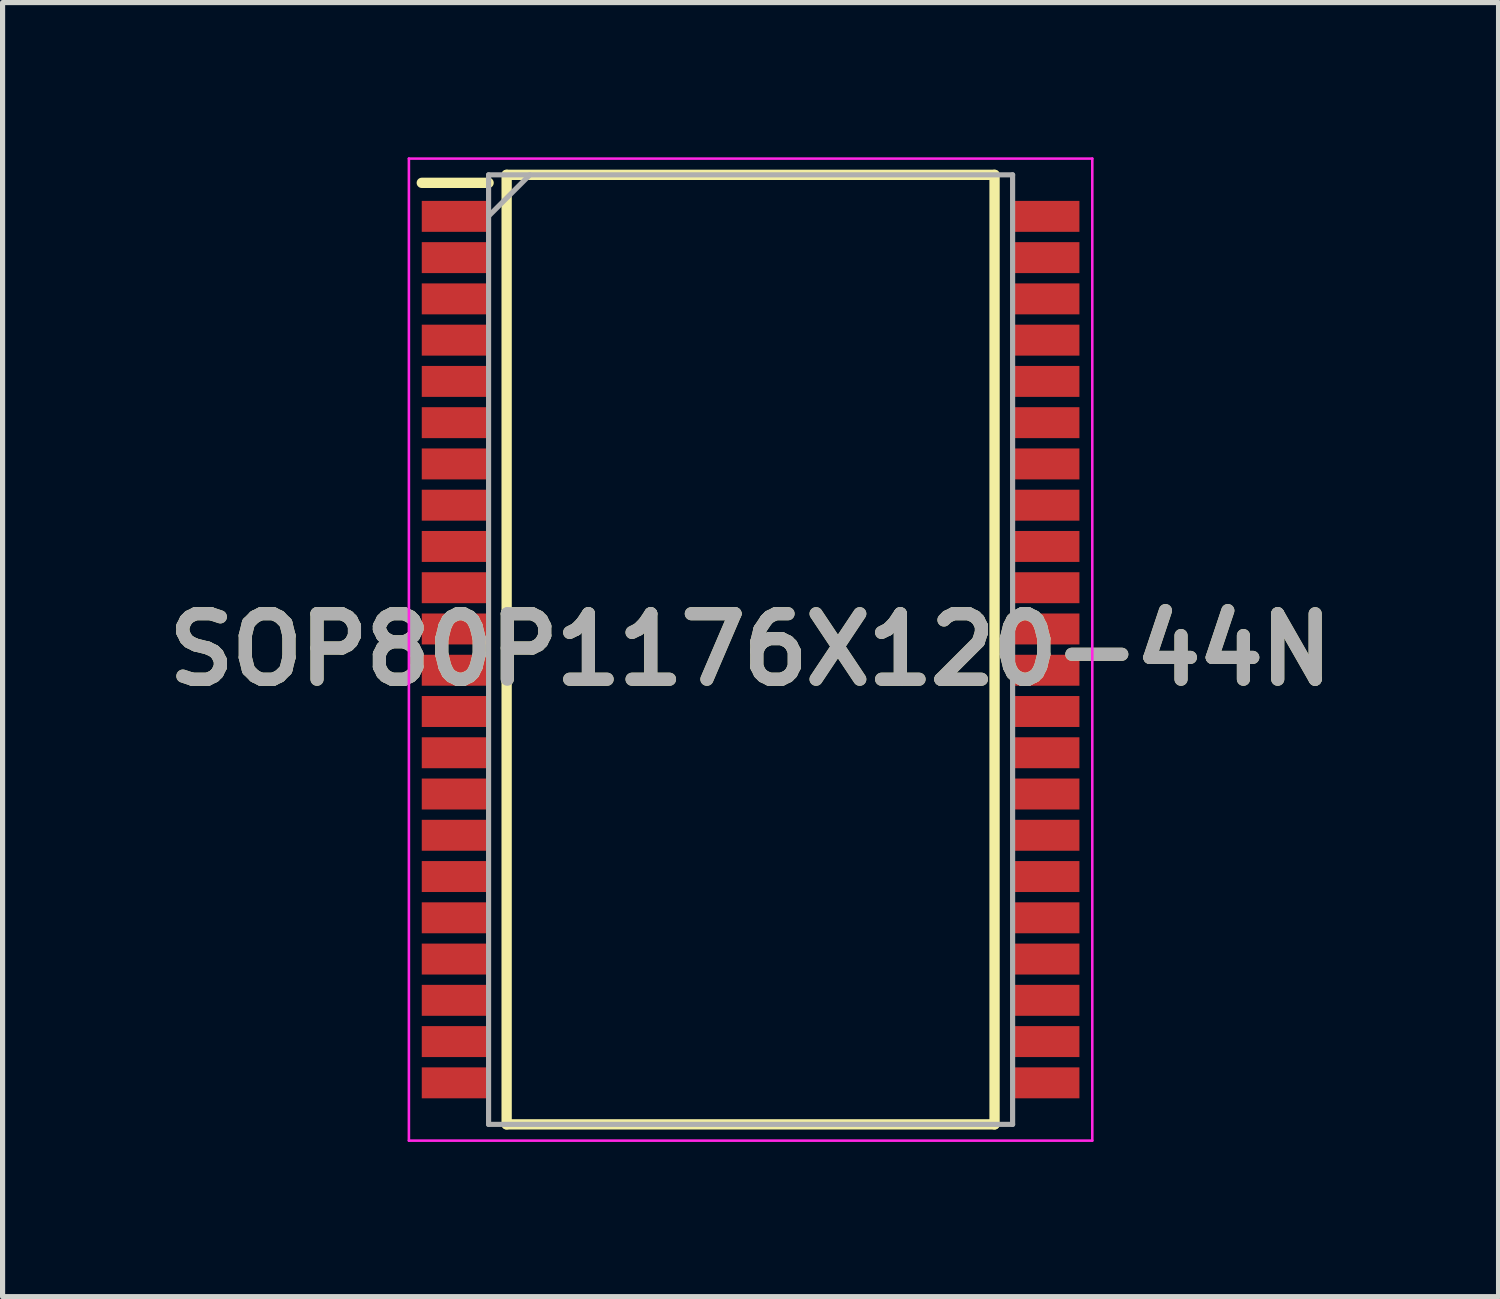
<source format=kicad_pcb>
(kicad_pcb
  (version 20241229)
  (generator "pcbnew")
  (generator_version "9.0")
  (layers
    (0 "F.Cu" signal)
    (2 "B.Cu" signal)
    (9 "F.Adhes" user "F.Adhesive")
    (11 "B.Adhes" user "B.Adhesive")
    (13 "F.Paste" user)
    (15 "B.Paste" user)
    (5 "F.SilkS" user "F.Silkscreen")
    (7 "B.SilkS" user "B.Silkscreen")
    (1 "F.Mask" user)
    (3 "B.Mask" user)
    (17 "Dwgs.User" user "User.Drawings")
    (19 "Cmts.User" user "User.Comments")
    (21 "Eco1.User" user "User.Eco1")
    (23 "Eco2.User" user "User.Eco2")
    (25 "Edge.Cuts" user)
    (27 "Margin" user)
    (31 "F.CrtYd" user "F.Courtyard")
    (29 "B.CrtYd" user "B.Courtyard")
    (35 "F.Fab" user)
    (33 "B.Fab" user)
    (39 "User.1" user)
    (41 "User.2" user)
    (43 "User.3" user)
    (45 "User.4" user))
  (footprint "SOP80P1176X120-44N"
    (layer "F.Cu")
    (at 11.503 9.545)
    (property "Reference" "SOP80P1176X120-44N" (at 0 0 0) (layer "F.SilkS") (effects (font (size 1.27 1.27) (thickness 0.254))))
    (attr smd)
    (fp_line (start -6.375 -9.05) (end -5.08 -9.05) (stroke (width 0.2) (type solid)) (layer "F.SilkS"))
    (fp_line (start -4.73 -9.205) (end 4.73 -9.205) (stroke (width 0.2) (type solid)) (layer "F.SilkS"))
    (fp_line (start -4.73 9.205) (end -4.73 -9.205) (stroke (width 0.2) (type solid)) (layer "F.SilkS"))
    (fp_line (start 4.73 -9.205) (end 4.73 9.205) (stroke (width 0.2) (type solid)) (layer "F.SilkS"))
    (fp_line (start 4.73 9.205) (end -4.73 9.205) (stroke (width 0.2) (type solid)) (layer "F.SilkS"))
    (fp_line (start -6.625 -9.52) (end 6.625 -9.52) (stroke (width 0.05) (type solid)) (layer "F.CrtYd"))
    (fp_line (start -6.625 9.52) (end -6.625 -9.52) (stroke (width 0.05) (type solid)) (layer "F.CrtYd"))
    (fp_line (start 6.625 -9.52) (end 6.625 9.52) (stroke (width 0.05) (type solid)) (layer "F.CrtYd"))
    (fp_line (start 6.625 9.52) (end -6.625 9.52) (stroke (width 0.05) (type solid)) (layer "F.CrtYd"))
    (fp_line (start -5.08 -9.205) (end 5.08 -9.205) (stroke (width 0.1) (type solid)) (layer "F.Fab"))
    (fp_line (start -5.08 -8.405) (end -4.28 -9.205) (stroke (width 0.1) (type solid)) (layer "F.Fab"))
    (fp_line (start -5.08 9.205) (end -5.08 -9.205) (stroke (width 0.1) (type solid)) (layer "F.Fab"))
    (fp_line (start 5.08 -9.205) (end 5.08 9.205) (stroke (width 0.1) (type solid)) (layer "F.Fab"))
    (fp_line (start 5.08 9.205) (end -5.08 9.205) (stroke (width 0.1) (type solid)) (layer "F.Fab"))
    (fp_text user "${REFERENCE}" (at 0 0 0) (layer "F.Fab") (effects (font (size 1.27 1.27) (thickness 0.254))))
    (pad "1" smd rect (at -5.728 -8.4 90) (size 0.6 1.295) (layers "F.Cu" "F.Mask" "F.Paste"))
    (pad "2" smd rect (at -5.728 -7.6 90) (size 0.6 1.295) (layers "F.Cu" "F.Mask" "F.Paste"))
    (pad "3" smd rect (at -5.728 -6.8 90) (size 0.6 1.295) (layers "F.Cu" "F.Mask" "F.Paste"))
    (pad "4" smd rect (at -5.728 -6 90) (size 0.6 1.295) (layers "F.Cu" "F.Mask" "F.Paste"))
    (pad "5" smd rect (at -5.728 -5.2 90) (size 0.6 1.295) (layers "F.Cu" "F.Mask" "F.Paste"))
    (pad "6" smd rect (at -5.728 -4.4 90) (size 0.6 1.295) (layers "F.Cu" "F.Mask" "F.Paste"))
    (pad "7" smd rect (at -5.728 -3.6 90) (size 0.6 1.295) (layers "F.Cu" "F.Mask" "F.Paste"))
    (pad "8" smd rect (at -5.728 -2.8 90) (size 0.6 1.295) (layers "F.Cu" "F.Mask" "F.Paste"))
    (pad "9" smd rect (at -5.728 -2 90) (size 0.6 1.295) (layers "F.Cu" "F.Mask" "F.Paste"))
    (pad "10" smd rect (at -5.728 -1.2 90) (size 0.6 1.295) (layers "F.Cu" "F.Mask" "F.Paste"))
    (pad "11" smd rect (at -5.728 -0.4 90) (size 0.6 1.295) (layers "F.Cu" "F.Mask" "F.Paste"))
    (pad "12" smd rect (at -5.728 0.4 90) (size 0.6 1.295) (layers "F.Cu" "F.Mask" "F.Paste"))
    (pad "13" smd rect (at -5.728 1.2 90) (size 0.6 1.295) (layers "F.Cu" "F.Mask" "F.Paste"))
    (pad "14" smd rect (at -5.728 2 90) (size 0.6 1.295) (layers "F.Cu" "F.Mask" "F.Paste"))
    (pad "15" smd rect (at -5.728 2.8 90) (size 0.6 1.295) (layers "F.Cu" "F.Mask" "F.Paste"))
    (pad "16" smd rect (at -5.728 3.6 90) (size 0.6 1.295) (layers "F.Cu" "F.Mask" "F.Paste"))
    (pad "17" smd rect (at -5.728 4.4 90) (size 0.6 1.295) (layers "F.Cu" "F.Mask" "F.Paste"))
    (pad "18" smd rect (at -5.728 5.2 90) (size 0.6 1.295) (layers "F.Cu" "F.Mask" "F.Paste"))
    (pad "19" smd rect (at -5.728 6 90) (size 0.6 1.295) (layers "F.Cu" "F.Mask" "F.Paste"))
    (pad "20" smd rect (at -5.728 6.8 90) (size 0.6 1.295) (layers "F.Cu" "F.Mask" "F.Paste"))
    (pad "21" smd rect (at -5.728 7.6 90) (size 0.6 1.295) (layers "F.Cu" "F.Mask" "F.Paste"))
    (pad "22" smd rect (at -5.728 8.4 90) (size 0.6 1.295) (layers "F.Cu" "F.Mask" "F.Paste"))
    (pad "23" smd rect (at 5.728 8.4 90) (size 0.6 1.295) (layers "F.Cu" "F.Mask" "F.Paste"))
    (pad "24" smd rect (at 5.728 7.6 90) (size 0.6 1.295) (layers "F.Cu" "F.Mask" "F.Paste"))
    (pad "25" smd rect (at 5.728 6.8 90) (size 0.6 1.295) (layers "F.Cu" "F.Mask" "F.Paste"))
    (pad "26" smd rect (at 5.728 6 90) (size 0.6 1.295) (layers "F.Cu" "F.Mask" "F.Paste"))
    (pad "27" smd rect (at 5.728 5.2 90) (size 0.6 1.295) (layers "F.Cu" "F.Mask" "F.Paste"))
    (pad "28" smd rect (at 5.728 4.4 90) (size 0.6 1.295) (layers "F.Cu" "F.Mask" "F.Paste"))
    (pad "29" smd rect (at 5.728 3.6 90) (size 0.6 1.295) (layers "F.Cu" "F.Mask" "F.Paste"))
    (pad "30" smd rect (at 5.728 2.8 90) (size 0.6 1.295) (layers "F.Cu" "F.Mask" "F.Paste"))
    (pad "31" smd rect (at 5.728 2 90) (size 0.6 1.295) (layers "F.Cu" "F.Mask" "F.Paste"))
    (pad "32" smd rect (at 5.728 1.2 90) (size 0.6 1.295) (layers "F.Cu" "F.Mask" "F.Paste"))
    (pad "33" smd rect (at 5.728 0.4 90) (size 0.6 1.295) (layers "F.Cu" "F.Mask" "F.Paste"))
    (pad "34" smd rect (at 5.728 -0.4 90) (size 0.6 1.295) (layers "F.Cu" "F.Mask" "F.Paste"))
    (pad "35" smd rect (at 5.728 -1.2 90) (size 0.6 1.295) (layers "F.Cu" "F.Mask" "F.Paste"))
    (pad "36" smd rect (at 5.728 -2 90) (size 0.6 1.295) (layers "F.Cu" "F.Mask" "F.Paste"))
    (pad "37" smd rect (at 5.728 -2.8 90) (size 0.6 1.295) (layers "F.Cu" "F.Mask" "F.Paste"))
    (pad "38" smd rect (at 5.728 -3.6 90) (size 0.6 1.295) (layers "F.Cu" "F.Mask" "F.Paste"))
    (pad "39" smd rect (at 5.728 -4.4 90) (size 0.6 1.295) (layers "F.Cu" "F.Mask" "F.Paste"))
    (pad "40" smd rect (at 5.728 -5.2 90) (size 0.6 1.295) (layers "F.Cu" "F.Mask" "F.Paste"))
    (pad "41" smd rect (at 5.728 -6 90) (size 0.6 1.295) (layers "F.Cu" "F.Mask" "F.Paste"))
    (pad "42" smd rect (at 5.728 -6.8 90) (size 0.6 1.295) (layers "F.Cu" "F.Mask" "F.Paste"))
    (pad "43" smd rect (at 5.728 -7.6 90) (size 0.6 1.295) (layers "F.Cu" "F.Mask" "F.Paste"))
    (pad "44" smd rect (at 5.728 -8.4 90) (size 0.6 1.295) (layers "F.Cu" "F.Mask" "F.Paste")))
  (gr_rect
    (start -3 -3)
    (end 26.005 22.09)
    (stroke (width 0.1) (type default))
    (fill no)
    (layer "Edge.Cuts")))
</source>
